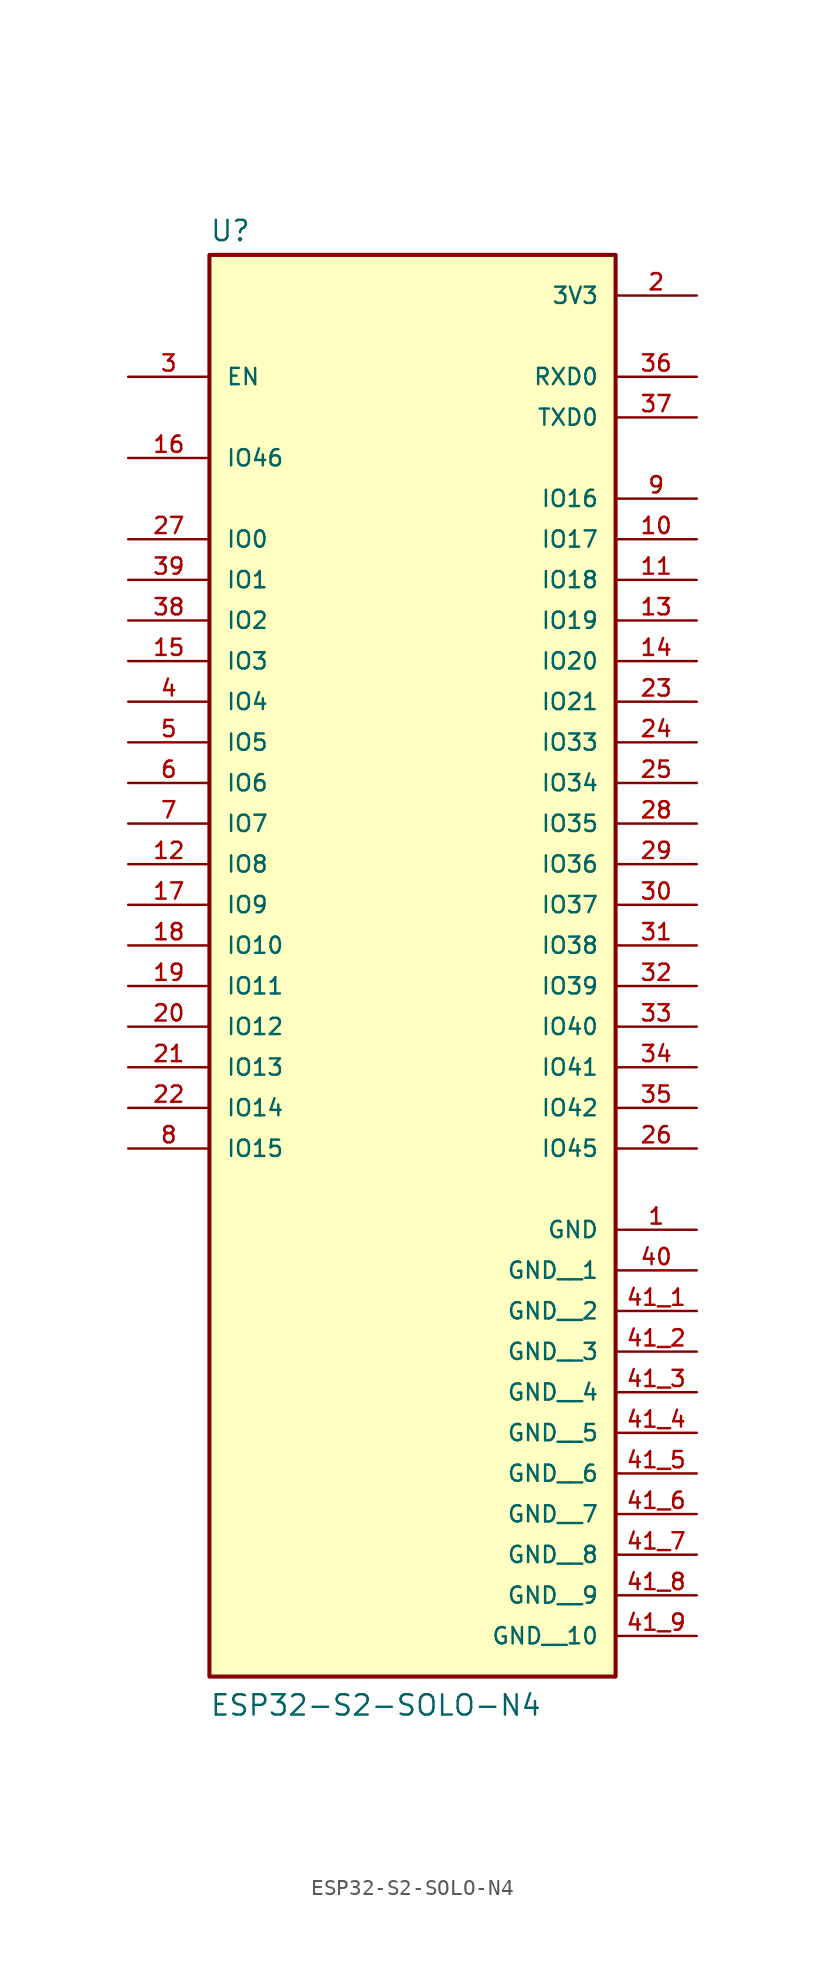
<source format=kicad_sym>
(kicad_symbol_lib
  (version 20241209)
  (generator "kicad_symbol_editor")
  (generator_version "9.0")
  (symbol "ESP32-S2-SOLO-N4"
    (pin_names
      (offset 1.016))
    (property "Reference" "U"
      (at -12.7 33.782 0)
      (effects (font (size 1.27 1.27)) (justify left bottom)))
    (property "Value" "ESP32-S2-SOLO-N4"
      (at -12.7 -58.42 0)
      (effects (font (size 1.27 1.27)) (justify left bottom)))
    (symbol "ESP32-S2-SOLO-N4_0_0"
      (rectangle (start -12.7 -55.88) (end 12.7 33.02) (stroke (width 0.254) (type default)) (fill (type background)))
      (pin input line (at -17.78 25.4 0) (length 5.08) (name "EN" (effects (font (size 1.016 1.016)))) (number "3" (effects (font (size 1.016 1.016)))))
      (pin input line (at -17.78 20.32 0) (length 5.08) (name "IO46" (effects (font (size 1.016 1.016)))) (number "16" (effects (font (size 1.016 1.016)))))
      (pin bidirectional line (at -17.78 15.24 0) (length 5.08) (name "IO0" (effects (font (size 1.016 1.016)))) (number "27" (effects (font (size 1.016 1.016)))))
      (pin bidirectional line (at -17.78 12.7 0) (length 5.08) (name "IO1" (effects (font (size 1.016 1.016)))) (number "39" (effects (font (size 1.016 1.016)))))
      (pin bidirectional line (at -17.78 10.16 0) (length 5.08) (name "IO2" (effects (font (size 1.016 1.016)))) (number "38" (effects (font (size 1.016 1.016)))))
      (pin bidirectional line (at -17.78 7.62 0) (length 5.08) (name "IO3" (effects (font (size 1.016 1.016)))) (number "15" (effects (font (size 1.016 1.016)))))
      (pin bidirectional line (at -17.78 5.08 0) (length 5.08) (name "IO4" (effects (font (size 1.016 1.016)))) (number "4" (effects (font (size 1.016 1.016)))))
      (pin bidirectional line (at -17.78 2.54 0) (length 5.08) (name "IO5" (effects (font (size 1.016 1.016)))) (number "5" (effects (font (size 1.016 1.016)))))
      (pin bidirectional line (at -17.78 0 0) (length 5.08) (name "IO6" (effects (font (size 1.016 1.016)))) (number "6" (effects (font (size 1.016 1.016)))))
      (pin bidirectional line (at -17.78 -2.54 0) (length 5.08) (name "IO7" (effects (font (size 1.016 1.016)))) (number "7" (effects (font (size 1.016 1.016)))))
      (pin bidirectional line (at -17.78 -5.08 0) (length 5.08) (name "IO8" (effects (font (size 1.016 1.016)))) (number "12" (effects (font (size 1.016 1.016)))))
      (pin bidirectional line (at -17.78 -7.62 0) (length 5.08) (name "IO9" (effects (font (size 1.016 1.016)))) (number "17" (effects (font (size 1.016 1.016)))))
      (pin bidirectional line (at -17.78 -10.16 0) (length 5.08) (name "IO10" (effects (font (size 1.016 1.016)))) (number "18" (effects (font (size 1.016 1.016)))))
      (pin bidirectional line (at -17.78 -12.7 0) (length 5.08) (name "IO11" (effects (font (size 1.016 1.016)))) (number "19" (effects (font (size 1.016 1.016)))))
      (pin bidirectional line (at -17.78 -15.24 0) (length 5.08) (name "IO12" (effects (font (size 1.016 1.016)))) (number "20" (effects (font (size 1.016 1.016)))))
      (pin bidirectional line (at -17.78 -17.78 0) (length 5.08) (name "IO13" (effects (font (size 1.016 1.016)))) (number "21" (effects (font (size 1.016 1.016)))))
      (pin bidirectional line (at -17.78 -20.32 0) (length 5.08) (name "IO14" (effects (font (size 1.016 1.016)))) (number "22" (effects (font (size 1.016 1.016)))))
      (pin bidirectional line (at -17.78 -22.86 0) (length 5.08) (name "IO15" (effects (font (size 1.016 1.016)))) (number "8" (effects (font (size 1.016 1.016)))))
      (pin power_in line (at 17.78 30.48 180) (length 5.08) (name "3V3" (effects (font (size 1.016 1.016)))) (number "2" (effects (font (size 1.016 1.016)))))
      (pin bidirectional line (at 17.78 25.4 180) (length 5.08) (name "RXD0" (effects (font (size 1.016 1.016)))) (number "36" (effects (font (size 1.016 1.016)))))
      (pin bidirectional line (at 17.78 22.86 180) (length 5.08) (name "TXD0" (effects (font (size 1.016 1.016)))) (number "37" (effects (font (size 1.016 1.016)))))
      (pin bidirectional line (at 17.78 17.78 180) (length 5.08) (name "IO16" (effects (font (size 1.016 1.016)))) (number "9" (effects (font (size 1.016 1.016)))))
      (pin bidirectional line (at 17.78 15.24 180) (length 5.08) (name "IO17" (effects (font (size 1.016 1.016)))) (number "10" (effects (font (size 1.016 1.016)))))
      (pin bidirectional line (at 17.78 12.7 180) (length 5.08) (name "IO18" (effects (font (size 1.016 1.016)))) (number "11" (effects (font (size 1.016 1.016)))))
      (pin bidirectional line (at 17.78 10.16 180) (length 5.08) (name "IO19" (effects (font (size 1.016 1.016)))) (number "13" (effects (font (size 1.016 1.016)))))
      (pin bidirectional line (at 17.78 7.62 180) (length 5.08) (name "IO20" (effects (font (size 1.016 1.016)))) (number "14" (effects (font (size 1.016 1.016)))))
      (pin bidirectional line (at 17.78 5.08 180) (length 5.08) (name "IO21" (effects (font (size 1.016 1.016)))) (number "23" (effects (font (size 1.016 1.016)))))
      (pin bidirectional line (at 17.78 2.54 180) (length 5.08) (name "IO33" (effects (font (size 1.016 1.016)))) (number "24" (effects (font (size 1.016 1.016)))))
      (pin bidirectional line (at 17.78 0 180) (length 5.08) (name "IO34" (effects (font (size 1.016 1.016)))) (number "25" (effects (font (size 1.016 1.016)))))
      (pin bidirectional line (at 17.78 -2.54 180) (length 5.08) (name "IO35" (effects (font (size 1.016 1.016)))) (number "28" (effects (font (size 1.016 1.016)))))
      (pin bidirectional line (at 17.78 -5.08 180) (length 5.08) (name "IO36" (effects (font (size 1.016 1.016)))) (number "29" (effects (font (size 1.016 1.016)))))
      (pin bidirectional line (at 17.78 -7.62 180) (length 5.08) (name "IO37" (effects (font (size 1.016 1.016)))) (number "30" (effects (font (size 1.016 1.016)))))
      (pin bidirectional line (at 17.78 -10.16 180) (length 5.08) (name "IO38" (effects (font (size 1.016 1.016)))) (number "31" (effects (font (size 1.016 1.016)))))
      (pin bidirectional line (at 17.78 -12.7 180) (length 5.08) (name "IO39" (effects (font (size 1.016 1.016)))) (number "32" (effects (font (size 1.016 1.016)))))
      (pin bidirectional line (at 17.78 -15.24 180) (length 5.08) (name "IO40" (effects (font (size 1.016 1.016)))) (number "33" (effects (font (size 1.016 1.016)))))
      (pin bidirectional line (at 17.78 -17.78 180) (length 5.08) (name "IO41" (effects (font (size 1.016 1.016)))) (number "34" (effects (font (size 1.016 1.016)))))
      (pin bidirectional line (at 17.78 -20.32 180) (length 5.08) (name "IO42" (effects (font (size 1.016 1.016)))) (number "35" (effects (font (size 1.016 1.016)))))
      (pin bidirectional line (at 17.78 -22.86 180) (length 5.08) (name "IO45" (effects (font (size 1.016 1.016)))) (number "26" (effects (font (size 1.016 1.016)))))
      (pin power_in line (at 17.78 -27.94 180) (length 5.08) (name "GND" (effects (font (size 1.016 1.016)))) (number "1" (effects (font (size 1.016 1.016)))))
      (pin power_in line (at 17.78 -30.48 180) (length 5.08) (name "GND__1" (effects (font (size 1.016 1.016)))) (number "40" (effects (font (size 1.016 1.016)))))
      (pin power_in line (at 17.78 -33.02 180) (length 5.08) (name "GND__2" (effects (font (size 1.016 1.016)))) (number "41_1" (effects (font (size 1.016 1.016)))))
      (pin power_in line (at 17.78 -35.56 180) (length 5.08) (name "GND__3" (effects (font (size 1.016 1.016)))) (number "41_2" (effects (font (size 1.016 1.016)))))
      (pin power_in line (at 17.78 -38.1 180) (length 5.08) (name "GND__4" (effects (font (size 1.016 1.016)))) (number "41_3" (effects (font (size 1.016 1.016)))))
      (pin power_in line (at 17.78 -40.64 180) (length 5.08) (name "GND__5" (effects (font (size 1.016 1.016)))) (number "41_4" (effects (font (size 1.016 1.016)))))
      (pin power_in line (at 17.78 -43.18 180) (length 5.08) (name "GND__6" (effects (font (size 1.016 1.016)))) (number "41_5" (effects (font (size 1.016 1.016)))))
      (pin power_in line (at 17.78 -45.72 180) (length 5.08) (name "GND__7" (effects (font (size 1.016 1.016)))) (number "41_6" (effects (font (size 1.016 1.016)))))
      (pin power_in line (at 17.78 -48.26 180) (length 5.08) (name "GND__8" (effects (font (size 1.016 1.016)))) (number "41_7" (effects (font (size 1.016 1.016)))))
      (pin power_in line (at 17.78 -50.8 180) (length 5.08) (name "GND__9" (effects (font (size 1.016 1.016)))) (number "41_8" (effects (font (size 1.016 1.016)))))
      (pin power_in line (at 17.78 -53.34 180) (length 5.08) (name "GND__10" (effects (font (size 1.016 1.016)))) (number "41_9" (effects (font (size 1.016 1.016))))))))
</source>
